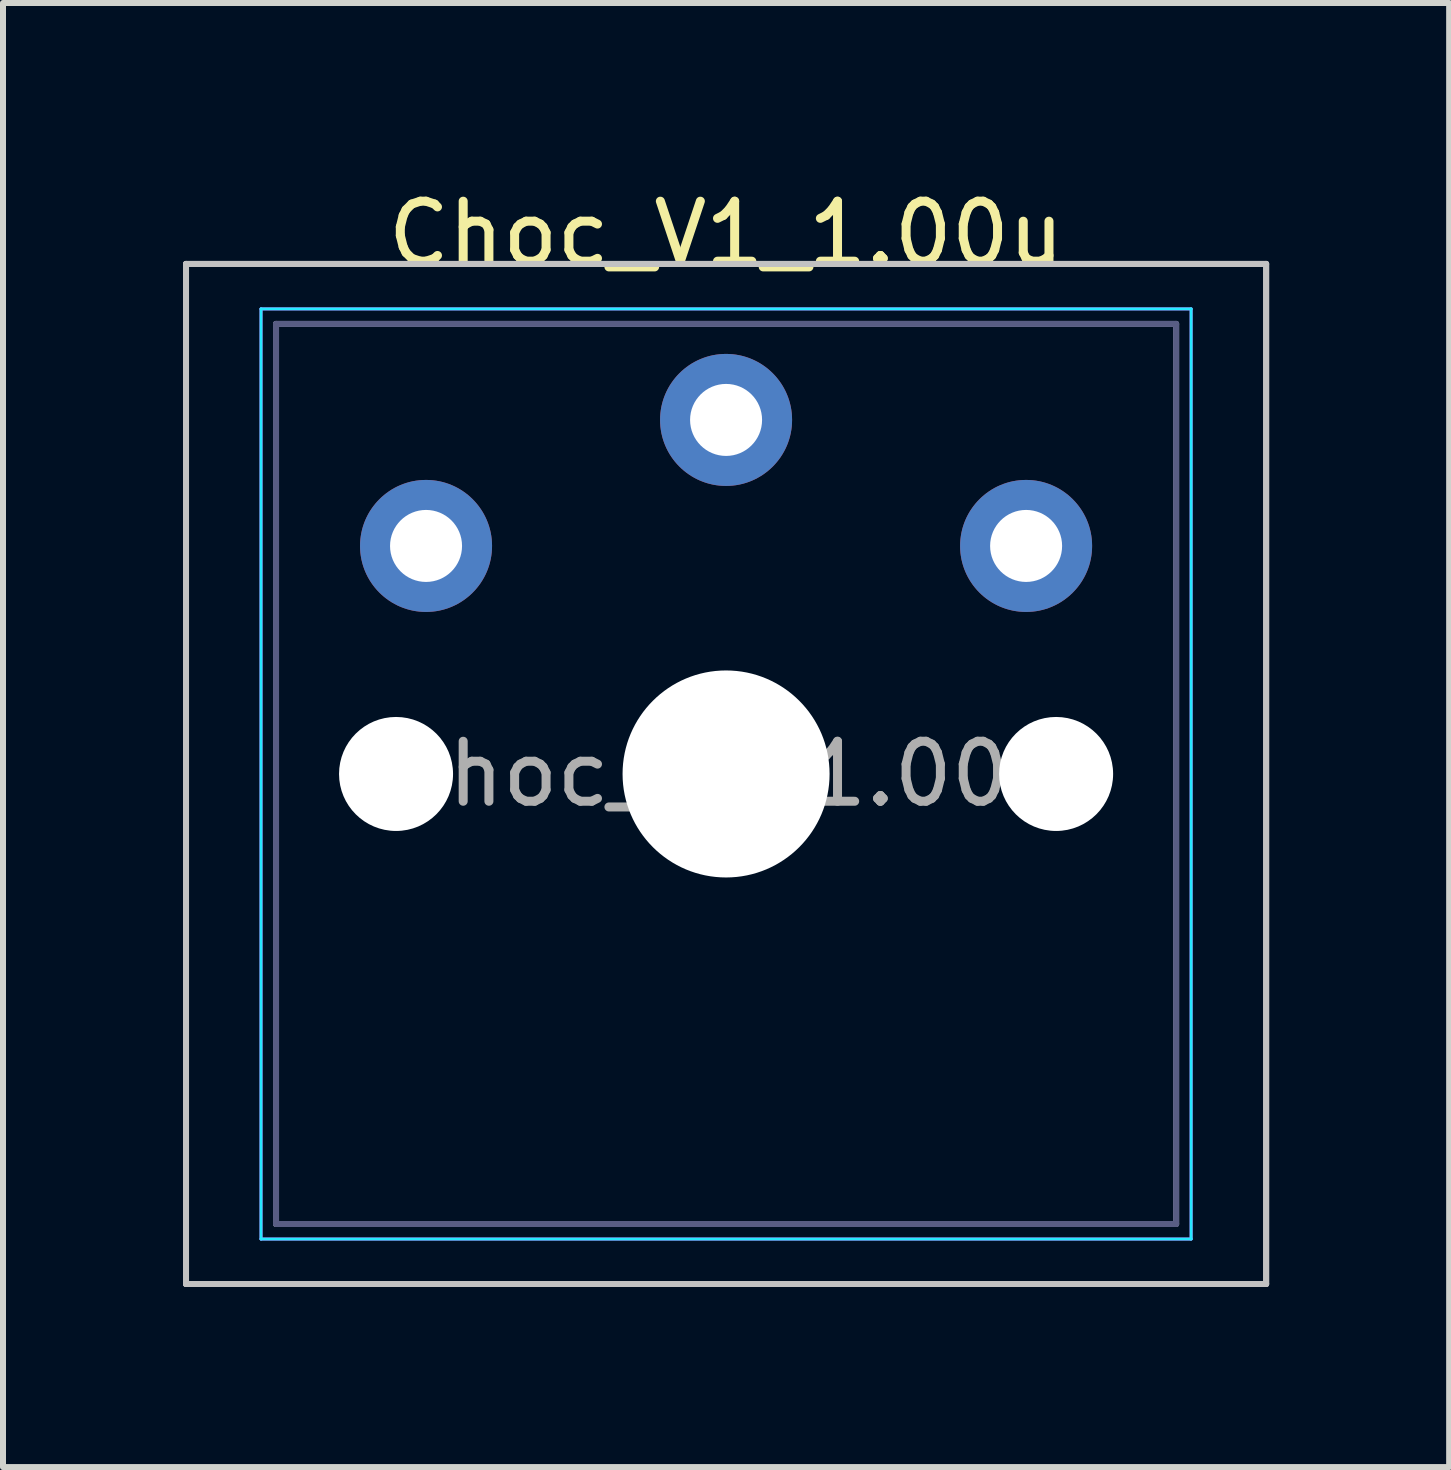
<source format=kicad_pcb>
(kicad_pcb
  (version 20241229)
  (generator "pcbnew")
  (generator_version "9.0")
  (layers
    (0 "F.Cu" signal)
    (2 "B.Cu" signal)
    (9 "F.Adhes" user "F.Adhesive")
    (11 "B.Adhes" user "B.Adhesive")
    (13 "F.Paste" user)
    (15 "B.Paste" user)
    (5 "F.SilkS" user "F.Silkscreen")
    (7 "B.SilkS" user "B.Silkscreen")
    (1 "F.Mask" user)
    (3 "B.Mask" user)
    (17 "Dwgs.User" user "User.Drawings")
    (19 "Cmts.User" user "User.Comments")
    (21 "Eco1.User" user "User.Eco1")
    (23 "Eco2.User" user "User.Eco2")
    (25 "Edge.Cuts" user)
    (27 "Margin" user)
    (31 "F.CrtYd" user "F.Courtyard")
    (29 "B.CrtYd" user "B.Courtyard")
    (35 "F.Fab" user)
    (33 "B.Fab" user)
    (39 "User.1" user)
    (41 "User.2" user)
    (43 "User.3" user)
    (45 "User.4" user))
  (footprint "Choc_V1_1.00u"
    (layer "F.Cu")
    (at 9.05 9.848)
    (property "Reference" "Choc_V1_1.00u" (at 0 -9 0) (layer "F.SilkS") (effects (font (size 1 1) (thickness 0.15))))
    (attr through_hole)
    (fp_line (start -9 -8.5) (end -9 8.5) (stroke (width 0.1) (type solid)) (layer "Dwgs.User"))
    (fp_line (start -9 -8.5) (end 9 -8.5) (stroke (width 0.1) (type solid)) (layer "Dwgs.User"))
    (fp_line (start -9 8.5) (end -9 -8.5) (stroke (width 0.1) (type solid)) (layer "Dwgs.User"))
    (fp_line (start -9 8.5) (end 9 8.5) (stroke (width 0.1) (type solid)) (layer "Dwgs.User"))
    (fp_line (start 9 -8.5) (end -9 -8.5) (stroke (width 0.1) (type solid)) (layer "Dwgs.User"))
    (fp_line (start 9 -8.5) (end 9 8.5) (stroke (width 0.1) (type solid)) (layer "Dwgs.User"))
    (fp_line (start 9 8.5) (end -9 8.5) (stroke (width 0.1) (type solid)) (layer "Dwgs.User"))
    (fp_line (start 9 8.5) (end 9 -8.5) (stroke (width 0.1) (type solid)) (layer "Dwgs.User"))
    (fp_line (start -7.25 -7.25) (end -7.25 7.25) (stroke (width 0.1) (type solid)) (layer "Eco1.User"))
    (fp_line (start -7.25 -7.25) (end 7.25 -7.25) (stroke (width 0.1) (type solid)) (layer "Eco1.User"))
    (fp_line (start -7.25 7.25) (end -7.25 -7.25) (stroke (width 0.1) (type solid)) (layer "Eco1.User"))
    (fp_line (start -7.25 7.25) (end 7.25 7.25) (stroke (width 0.1) (type solid)) (layer "Eco1.User"))
    (fp_line (start 7.25 -7.25) (end -7.25 -7.25) (stroke (width 0.1) (type solid)) (layer "Eco1.User"))
    (fp_line (start 7.25 -7.25) (end 7.25 7.25) (stroke (width 0.1) (type solid)) (layer "Eco1.User"))
    (fp_line (start 7.25 7.25) (end -7.25 7.25) (stroke (width 0.1) (type solid)) (layer "Eco1.User"))
    (fp_line (start 7.25 7.25) (end 7.25 -7.25) (stroke (width 0.1) (type solid)) (layer "Eco1.User"))
    (fp_line (start -7.75 -7.75) (end 7.75 -7.75) (stroke (width 0.05) (type solid)) (layer "B.CrtYd"))
    (fp_line (start -7.75 7.75) (end -7.75 -7.75) (stroke (width 0.05) (type solid)) (layer "B.CrtYd"))
    (fp_line (start 7.75 -7.75) (end 7.75 7.75) (stroke (width 0.05) (type solid)) (layer "B.CrtYd"))
    (fp_line (start 7.75 7.75) (end -7.75 7.75) (stroke (width 0.05) (type solid)) (layer "B.CrtYd"))
    (fp_line (start -7.75 -7.75) (end -7.75 7.75) (stroke (width 0.05) (type solid)) (layer "F.CrtYd"))
    (fp_line (start -7.75 7.75) (end 7.75 7.75) (stroke (width 0.05) (type solid)) (layer "F.CrtYd"))
    (fp_line (start 7.75 -7.75) (end -7.75 -7.75) (stroke (width 0.05) (type solid)) (layer "F.CrtYd"))
    (fp_line (start 7.75 7.75) (end 7.75 -7.75) (stroke (width 0.05) (type solid)) (layer "F.CrtYd"))
    (fp_line (start -7.5 -7.5) (end 7.5 -7.5) (stroke (width 0.1) (type solid)) (layer "B.Fab"))
    (fp_line (start -7.5 7.5) (end -7.5 -7.5) (stroke (width 0.1) (type solid)) (layer "B.Fab"))
    (fp_line (start 7.5 -7.5) (end 7.5 7.5) (stroke (width 0.1) (type solid)) (layer "B.Fab"))
    (fp_line (start 7.5 7.5) (end -7.5 7.5) (stroke (width 0.1) (type solid)) (layer "B.Fab"))
    (fp_line (start -7.5 -7.5) (end -7.5 7.5) (stroke (width 0.1) (type solid)) (layer "F.Fab"))
    (fp_line (start -7.5 7.5) (end 7.5 7.5) (stroke (width 0.1) (type solid)) (layer "F.Fab"))
    (fp_line (start 7.5 -7.5) (end -7.5 -7.5) (stroke (width 0.1) (type solid)) (layer "F.Fab"))
    (fp_line (start 7.5 7.5) (end 7.5 -7.5) (stroke (width 0.1) (type solid)) (layer "F.Fab"))
    (fp_text user "${REFERENCE}" (at 0 0 0) (layer "F.Fab") (effects (font (size 1 1) (thickness 0.15))))
    (pad "" np_thru_hole circle (at -5.5 0) (size 1.9 1.9) (drill 1.9) (layers "*.Cu" "*.Mask"))
    (pad "" np_thru_hole circle (at 0 0) (size 3.45 3.45) (drill 3.45) (layers "*.Cu" "*.Mask"))
    (pad "" np_thru_hole circle (at 5.5 0) (size 1.9 1.9) (drill 1.9) (layers "*.Cu" "*.Mask"))
    (pad "1" thru_hole circle (at 0 -5.9) (size 2.2 2.2) (drill 1.2) (layers "*.Cu" "*.Mask"))
    (pad "2" thru_hole circle (at -5 -3.8) (size 2.2 2.2) (drill 1.2) (layers "*.Cu" "*.Mask"))
    (pad "2" thru_hole circle (at 5 -3.8) (size 2.2 2.2) (drill 1.2) (layers "*.Cu" "*.Mask")))
  (gr_rect
    (start -3 -3)
    (end 21.1 21.398)
    (stroke (width 0.1) (type default))
    (fill no)
    (layer "Edge.Cuts")))
</source>
